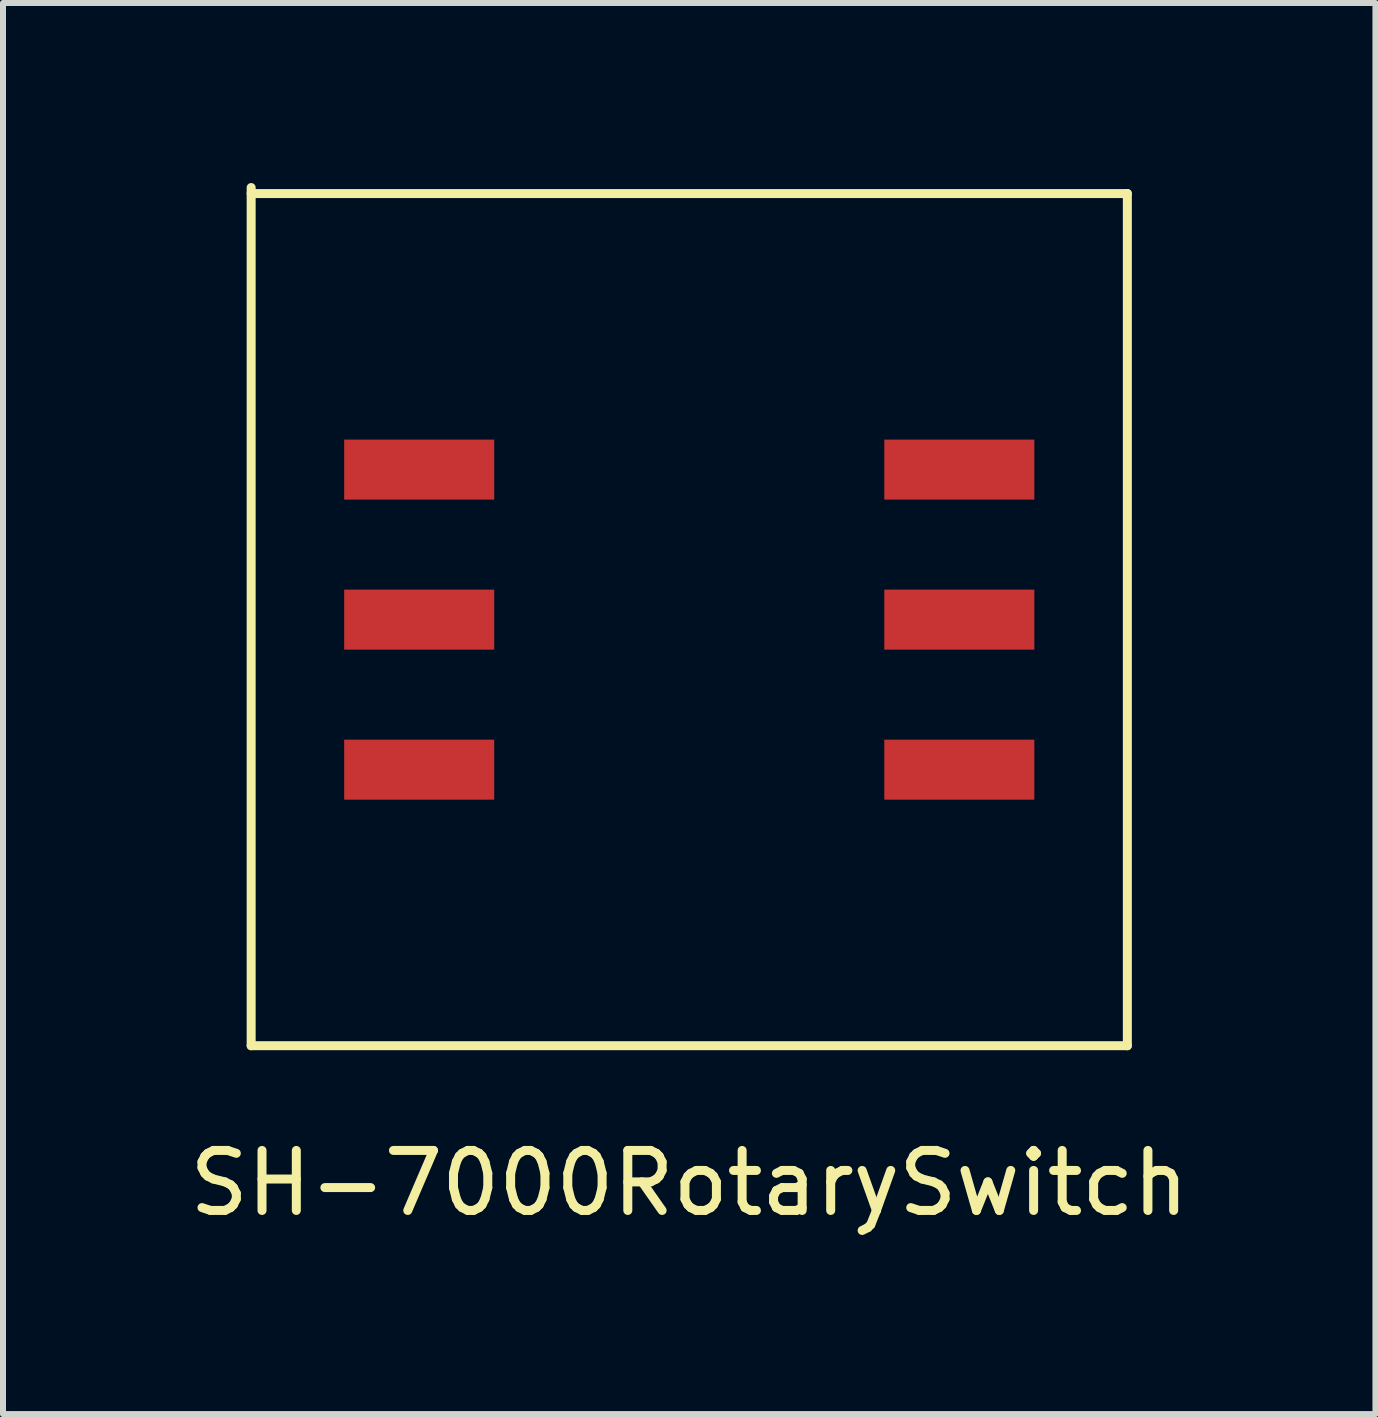
<source format=kicad_pcb>
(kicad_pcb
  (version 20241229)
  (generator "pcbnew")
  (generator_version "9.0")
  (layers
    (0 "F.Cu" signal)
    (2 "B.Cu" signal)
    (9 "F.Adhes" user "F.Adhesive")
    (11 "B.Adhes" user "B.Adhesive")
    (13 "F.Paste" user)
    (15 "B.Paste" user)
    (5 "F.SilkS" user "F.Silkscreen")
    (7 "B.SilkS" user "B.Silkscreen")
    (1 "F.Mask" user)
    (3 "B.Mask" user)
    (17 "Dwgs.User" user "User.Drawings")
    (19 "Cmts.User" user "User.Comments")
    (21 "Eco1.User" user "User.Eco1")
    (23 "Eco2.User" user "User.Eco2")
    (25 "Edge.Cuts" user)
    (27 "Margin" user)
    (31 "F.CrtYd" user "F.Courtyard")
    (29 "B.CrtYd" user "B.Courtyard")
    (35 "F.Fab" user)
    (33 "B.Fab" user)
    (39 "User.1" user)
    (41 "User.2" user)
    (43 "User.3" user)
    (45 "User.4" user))
  (footprint "SH-7000RotarySwitch"
    (layer "F.Cu")
    (at 8.435 7.275)
    (property "Reference" "SH-7000RotarySwitch" (at 0 9.39 0) (layer "F.SilkS") (effects (font (size 1 1) (thickness 0.15))))
    (attr through_hole)
    (fp_line (start -7.3 -7.2) (end -7.3 7.1) (stroke (width 0.15) (type solid)) (layer "F.SilkS"))
    (fp_line (start -7.3 7.1) (end 7.3 7.1) (stroke (width 0.15) (type solid)) (layer "F.SilkS"))
    (fp_line (start 7.3 -7.1) (end -7.3 -7.1) (stroke (width 0.15) (type solid)) (layer "F.SilkS"))
    (fp_line (start 7.3 7.1) (end 7.3 -7.1) (stroke (width 0.15) (type solid)) (layer "F.SilkS"))
    (pad "1" smd rect (at 4.5 2.5) (size 2.5 1) (layers "F.Cu" "F.Mask" "F.Paste"))
    (pad "2" smd rect (at 4.5 0) (size 2.5 1) (layers "F.Cu" "F.Mask" "F.Paste"))
    (pad "3" smd rect (at 4.5 -2.5) (size 2.5 1) (layers "F.Cu" "F.Mask" "F.Paste"))
    (pad "4" smd rect (at -4.5 -2.5) (size 2.5 1) (layers "F.Cu" "F.Mask" "F.Paste"))
    (pad "5" smd rect (at -4.5 0) (size 2.5 1) (layers "F.Cu" "F.Mask" "F.Paste"))
    (pad "6" smd rect (at -4.5 2.5) (size 2.5 1) (layers "F.Cu" "F.Mask" "F.Paste")))
  (gr_rect
    (start -3 -3)
    (end 19.869 20.513)
    (stroke (width 0.1) (type default))
    (fill no)
    (layer "Edge.Cuts")))
</source>
